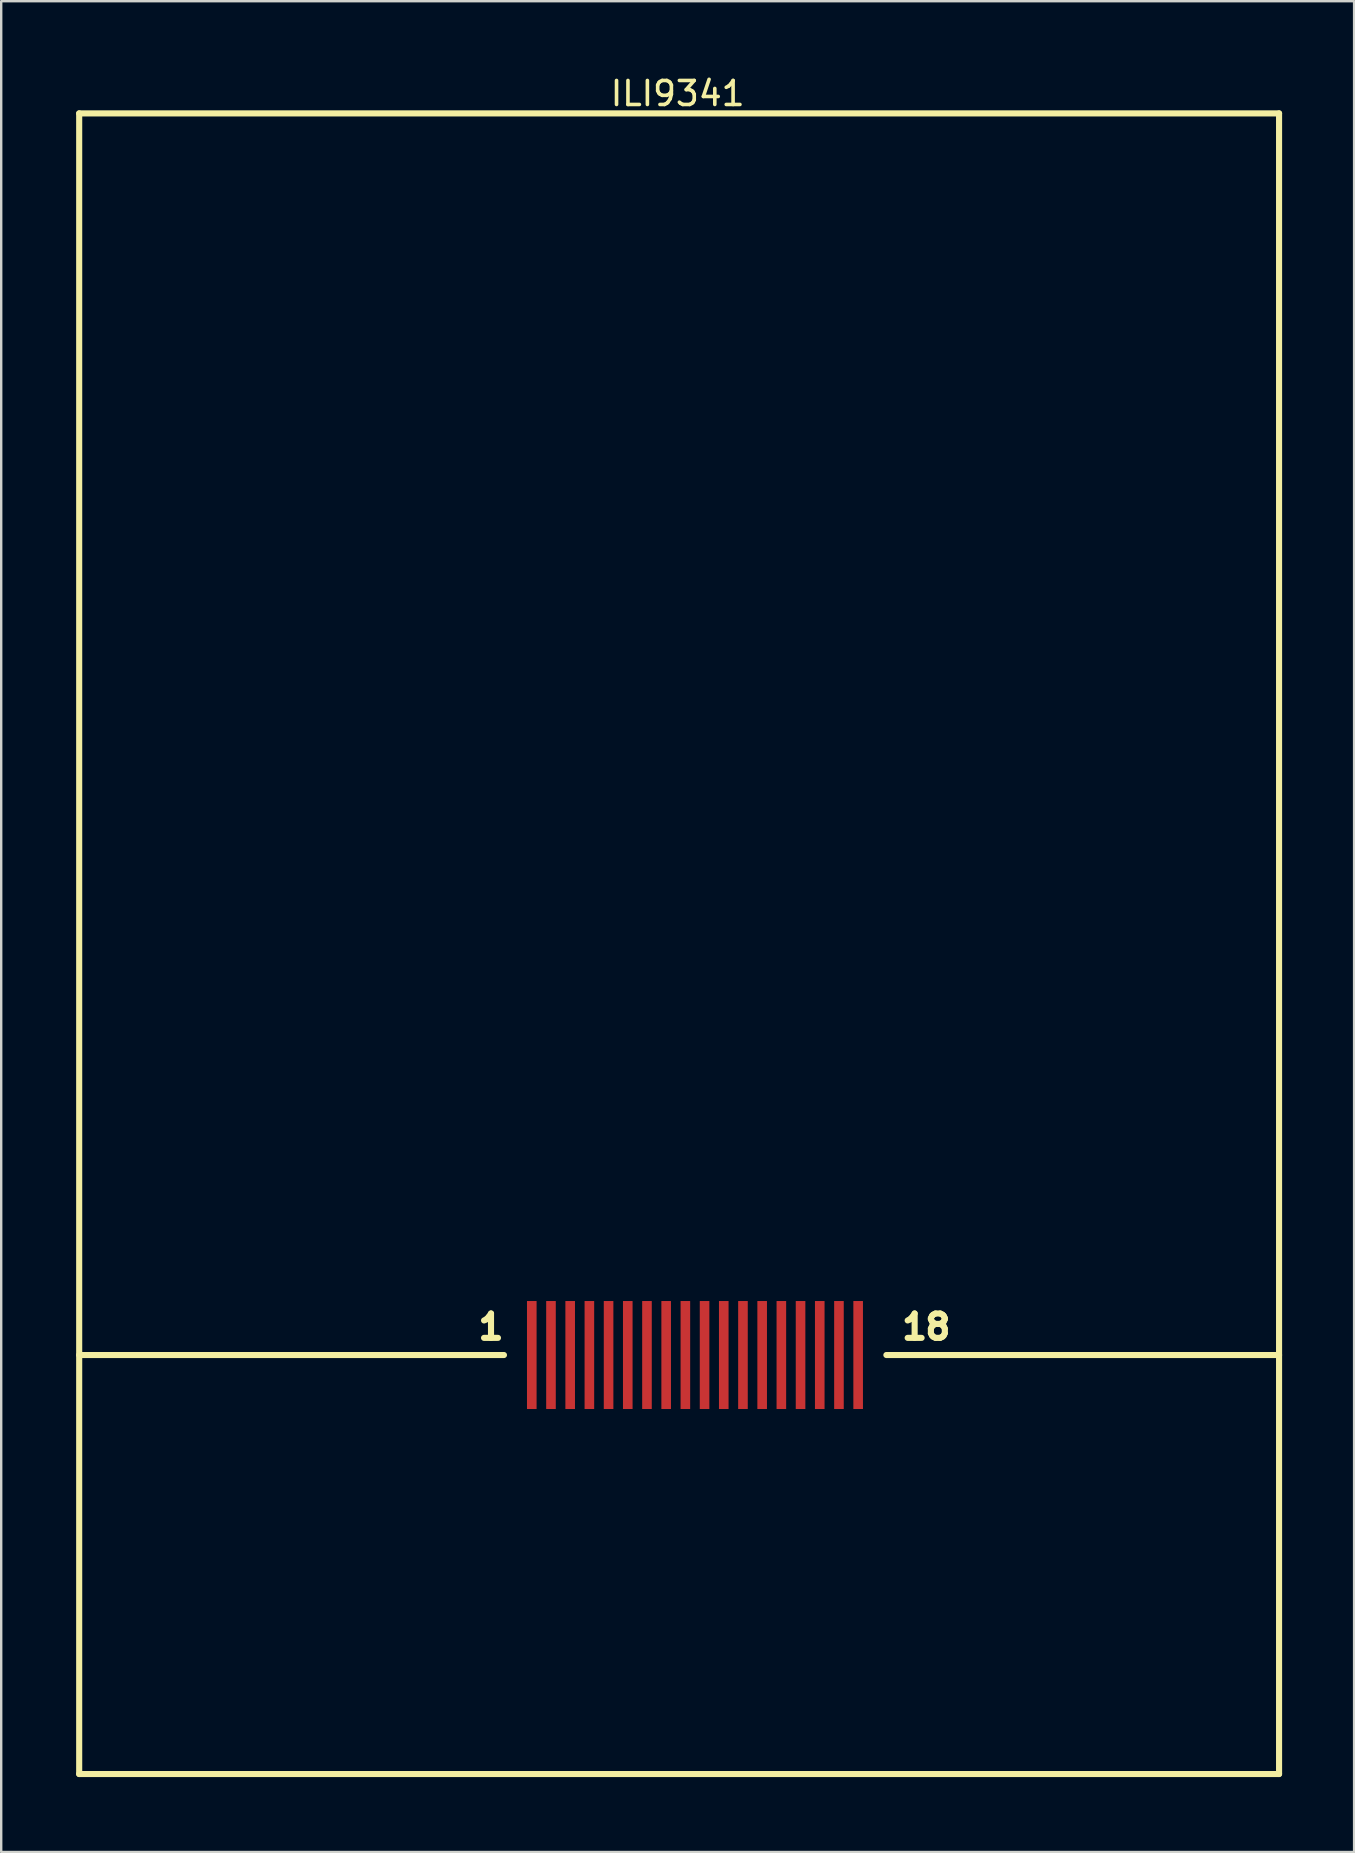
<source format=kicad_pcb>
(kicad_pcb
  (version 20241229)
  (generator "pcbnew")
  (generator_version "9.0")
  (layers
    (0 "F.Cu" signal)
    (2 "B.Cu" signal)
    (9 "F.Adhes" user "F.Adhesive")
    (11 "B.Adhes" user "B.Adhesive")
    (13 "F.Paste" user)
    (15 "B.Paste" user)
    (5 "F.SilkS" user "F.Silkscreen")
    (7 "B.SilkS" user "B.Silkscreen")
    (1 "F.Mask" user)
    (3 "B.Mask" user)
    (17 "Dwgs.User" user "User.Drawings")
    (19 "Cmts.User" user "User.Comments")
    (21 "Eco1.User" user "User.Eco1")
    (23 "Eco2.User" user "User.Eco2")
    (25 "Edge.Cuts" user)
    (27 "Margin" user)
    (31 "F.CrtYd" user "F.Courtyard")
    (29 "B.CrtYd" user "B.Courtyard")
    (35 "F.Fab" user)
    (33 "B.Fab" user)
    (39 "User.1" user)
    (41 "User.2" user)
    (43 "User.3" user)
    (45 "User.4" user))
  (footprint "ILI9341"
    (layer "F.Cu")
    (at 0.25 70.875)
    (property "Reference" "ILI9341" (at 24.939 -70.027 0) (layer "F.SilkS") (effects (font (size 1 1) (thickness 0.15))))
    (fp_line (start 0 -69.2) (end 50 -69.2) (stroke (width 0.254) (type solid)) (layer "F.SilkS"))
    (fp_line (start 0 -17.46) (end 17.7 -17.46) (stroke (width 0.254) (type solid)) (layer "F.SilkS"))
    (fp_line (start 0 0) (end 0 -69.2) (stroke (width 0.254) (type solid)) (layer "F.SilkS"))
    (fp_line (start 0 0) (end 50 0) (stroke (width 0.254) (type solid)) (layer "F.SilkS"))
    (fp_line (start 33.636 -17.46) (end 50 -17.46) (stroke (width 0.254) (type solid)) (layer "F.SilkS"))
    (fp_line (start 50 0) (end 50 -69.2) (stroke (width 0.254) (type solid)) (layer "F.SilkS"))
    (fp_text user "18" (at 34.163 -18.037 0) (unlocked yes) (layer "F.SilkS") (effects (font (size 1.016 1.016) (thickness 0.254)) (justify left bottom)))
    (fp_text user "1" (at 16.51 -18.037 0) (unlocked yes) (layer "F.SilkS") (effects (font (size 1.016 1.016) (thickness 0.254)) (justify left bottom)))
    (pad "1" smd rect (at 18.86 -17.46) (size 0.4 4.5) (layers "F.Cu" "F.Mask" "F.Paste"))
    (pad "2" smd rect (at 19.66 -17.46) (size 0.4 4.5) (layers "F.Cu" "F.Mask" "F.Paste"))
    (pad "3" smd rect (at 20.46 -17.46) (size 0.4 4.5) (layers "F.Cu" "F.Mask" "F.Paste"))
    (pad "4" smd rect (at 21.26 -17.46) (size 0.4 4.5) (layers "F.Cu" "F.Mask" "F.Paste"))
    (pad "5" smd rect (at 22.06 -17.46) (size 0.4 4.5) (layers "F.Cu" "F.Mask" "F.Paste"))
    (pad "6" smd rect (at 22.86 -17.46) (size 0.4 4.5) (layers "F.Cu" "F.Mask" "F.Paste"))
    (pad "7" smd rect (at 23.66 -17.46) (size 0.4 4.5) (layers "F.Cu" "F.Mask" "F.Paste"))
    (pad "8" smd rect (at 24.46 -17.46) (size 0.4 4.5) (layers "F.Cu" "F.Mask" "F.Paste"))
    (pad "9" smd rect (at 25.26 -17.46) (size 0.4 4.5) (layers "F.Cu" "F.Mask" "F.Paste"))
    (pad "10" smd rect (at 26.06 -17.46) (size 0.4 4.5) (layers "F.Cu" "F.Mask" "F.Paste"))
    (pad "11" smd rect (at 26.86 -17.46) (size 0.4 4.5) (layers "F.Cu" "F.Mask" "F.Paste"))
    (pad "12" smd rect (at 27.66 -17.46) (size 0.4 4.5) (layers "F.Cu" "F.Mask" "F.Paste"))
    (pad "13" smd rect (at 28.46 -17.46) (size 0.4 4.5) (layers "F.Cu" "F.Mask" "F.Paste"))
    (pad "14" smd rect (at 29.26 -17.46) (size 0.4 4.5) (layers "F.Cu" "F.Mask" "F.Paste"))
    (pad "15" smd rect (at 30.06 -17.46) (size 0.4 4.5) (layers "F.Cu" "F.Mask" "F.Paste"))
    (pad "16" smd rect (at 30.86 -17.46) (size 0.4 4.5) (layers "F.Cu" "F.Mask" "F.Paste"))
    (pad "17" smd rect (at 31.66 -17.46) (size 0.4 4.5) (layers "F.Cu" "F.Mask" "F.Paste"))
    (pad "18" smd rect (at 32.46 -17.46) (size 0.4 4.5) (layers "F.Cu" "F.Mask" "F.Paste")))
  (gr_rect
    (start -3 -3)
    (end 53.377 74.125)
    (stroke (width 0.1) (type default))
    (fill no)
    (layer "Edge.Cuts")))
</source>
